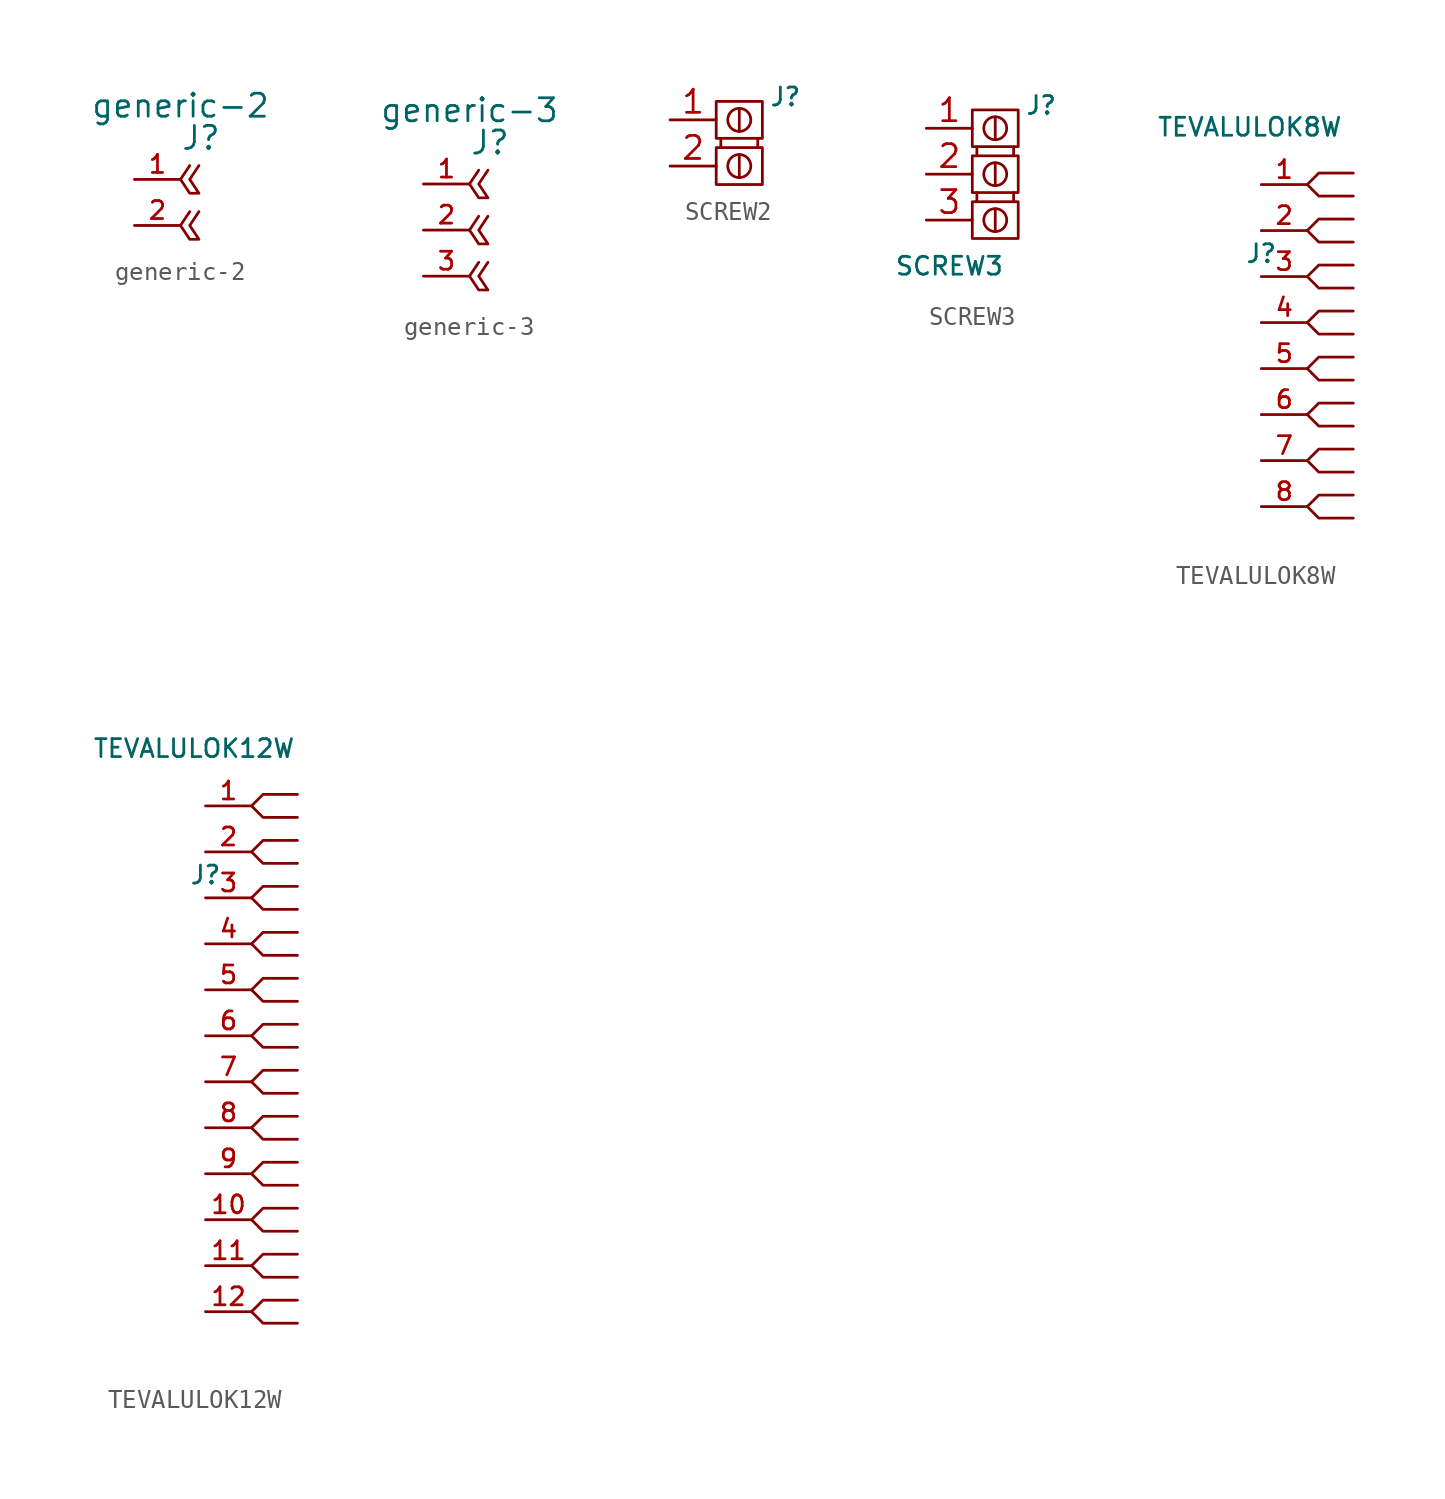
<source format=kicad_sym>
(kicad_symbol_lib
  (version 20211014)
  (generator kicad_symbol_editor)
  (symbol "generic-2"
    (pin_names
      (offset 1.499))
    (property "Reference" "J"
      (at 0 2.286 0)
      (effects (font (size 1.27 1.27)) (justify left)))
    (property "Value" "generic-2"
      (at 0 4.064 0)
      (effects (font (size 1.27 1.27))))
    (symbol "generic-2_0_1"
      (polyline (pts (xy 0.508 -1.778) (xy 0 -2.54) (xy 0.508 -3.302) (xy 1.016 -3.302) (xy 0.508 -2.54) (xy 1.016 -1.778)) (stroke (width 0) (type default) (color 0 0 0 0)) (fill (type none)))
      (polyline (pts (xy 0.508 0.762) (xy 0 0) (xy 0.508 -0.762) (xy 1.016 -0.762) (xy 0.508 0) (xy 1.016 0.762)) (stroke (width 0) (type default) (color 0 0 0 0)) (fill (type none))))
    (symbol "generic-2_1_1"
      (pin passive line (at -2.54 0 0) (length 2.54) (name "~" (effects (font (size 0.991 0.991)))) (number "1" (effects (font (size 0.991 0.991)))))
      (pin passive line (at -2.54 -2.54 0) (length 2.54) (name "~" (effects (font (size 0.991 0.991)))) (number "2" (effects (font (size 0.991 0.991)))))))
  (symbol "generic-3"
    (pin_names
      (offset 1.499))
    (property "Reference" "J"
      (at 0 2.286 0)
      (effects (font (size 1.27 1.27)) (justify left)))
    (property "Value" "generic-3"
      (at 0 4.064 0)
      (effects (font (size 1.27 1.27))))
    (symbol "generic-3_0_1"
      (polyline (pts (xy 0.508 -1.778) (xy 0 -2.54) (xy 0.508 -3.302) (xy 1.016 -3.302) (xy 0.508 -2.54) (xy 1.016 -1.778)) (stroke (width 0) (type default) (color 0 0 0 0)) (fill (type none)))
      (polyline (pts (xy 0.508 0.762) (xy 0 0) (xy 0.508 -0.762) (xy 1.016 -0.762) (xy 0.508 0) (xy 1.016 0.762)) (stroke (width 0) (type default) (color 0 0 0 0)) (fill (type none))))
    (symbol "generic-3_1_1"
      (polyline (pts (xy 0.508 -4.318) (xy 0 -5.08) (xy 0.508 -5.842) (xy 1.016 -5.842) (xy 0.508 -5.08) (xy 1.016 -4.318)) (stroke (width 0) (type default) (color 0 0 0 0)) (fill (type none)))
      (pin passive line (at -2.54 0 0) (length 2.54) (name "~" (effects (font (size 0.991 0.991)))) (number "1" (effects (font (size 0.991 0.991)))))
      (pin passive line (at -2.54 -2.54 0) (length 2.54) (name "~" (effects (font (size 0.991 0.991)))) (number "2" (effects (font (size 0.991 0.991)))))
      (pin passive line (at -2.54 -5.08 0) (length 2.54) (name "~" (effects (font (size 0.991 0.991)))) (number "3" (effects (font (size 0.991 0.991)))))))
  (symbol "SCREW2"
    (pin_names
      (offset 1.016))
    (property "Reference" "J"
      (at 6.35 3.81 0)
      (effects (font (size 0.991 0.991))))
    (symbol "SCREW2_0_1"
      (polyline (pts (xy 2.794 1.524) (xy 2.794 1.016)) (stroke (width 0) (type default) (color 0 0 0 0)) (fill (type none)))
      (polyline (pts (xy 3.81 0.635) (xy 3.81 -0.635)) (stroke (width 0) (type default) (color 0 0 0 0)) (fill (type none)))
      (polyline (pts (xy 3.81 3.175) (xy 3.81 1.905)) (stroke (width 0) (type default) (color 0 0 0 0)) (fill (type none)))
      (polyline (pts (xy 4.826 1.524) (xy 4.826 1.016)) (stroke (width 0) (type default) (color 0 0 0 0)) (fill (type none)))
      (polyline (pts (xy 2.54 0) (xy 2.54 1.016) (xy 5.08 1.016) (xy 5.08 -1.016) (xy 2.54 -1.016) (xy 2.54 0)) (stroke (width 0) (type default) (color 0 0 0 0)) (fill (type none)))
      (polyline (pts (xy 2.54 2.54) (xy 2.54 1.524) (xy 5.08 1.524) (xy 5.08 3.556) (xy 2.54 3.556) (xy 2.54 2.54)) (stroke (width 0) (type default) (color 0 0 0 0)) (fill (type none)))
      (circle (center 3.81 0) (radius 0.635) (stroke (width 0) (type default) (color 0 0 0 0)) (fill (type none)))
      (circle (center 3.81 2.54) (radius 0.635) (stroke (width 0) (type default) (color 0 0 0 0)) (fill (type none))))
    (symbol "SCREW2_1_1"
      (pin passive line (at 0 2.54 0) (length 2.54) (name "~" (effects (font (size 1.27 1.27)))) (number "1" (effects (font (size 1.27 1.27)))))
      (pin passive line (at 0 0 0) (length 2.54) (name "~" (effects (font (size 1.27 1.27)))) (number "2" (effects (font (size 1.27 1.27)))))))
  (symbol "SCREW3"
    (pin_names
      (offset 1.016))
    (property "Reference" "J"
      (at 6.35 3.81 0)
      (effects (font (size 0.991 0.991))))
    (property "Value" "SCREW3"
      (at 1.27 -5.08 0)
      (effects (font (size 0.991 0.991))))
    (symbol "SCREW3_0_1"
      (polyline (pts (xy 2.794 -1.016) (xy 2.794 -1.524)) (stroke (width 0) (type default) (color 0 0 0 0)) (fill (type none)))
      (polyline (pts (xy 2.794 1.524) (xy 2.794 1.016)) (stroke (width 0) (type default) (color 0 0 0 0)) (fill (type none)))
      (polyline (pts (xy 3.81 -3.175) (xy 3.81 -1.905)) (stroke (width 0) (type default) (color 0 0 0 0)) (fill (type none)))
      (polyline (pts (xy 3.81 0.635) (xy 3.81 -0.635)) (stroke (width 0) (type default) (color 0 0 0 0)) (fill (type none)))
      (polyline (pts (xy 3.81 3.175) (xy 3.81 1.905)) (stroke (width 0) (type default) (color 0 0 0 0)) (fill (type none)))
      (polyline (pts (xy 4.826 -1.016) (xy 4.826 -1.524)) (stroke (width 0) (type default) (color 0 0 0 0)) (fill (type none)))
      (polyline (pts (xy 4.826 1.524) (xy 4.826 1.016)) (stroke (width 0) (type default) (color 0 0 0 0)) (fill (type none)))
      (polyline (pts (xy 2.54 -2.54) (xy 2.54 -1.524) (xy 5.08 -1.524) (xy 5.08 -3.556) (xy 2.54 -3.556) (xy 2.54 -2.54)) (stroke (width 0) (type default) (color 0 0 0 0)) (fill (type none)))
      (polyline (pts (xy 2.54 0) (xy 2.54 1.016) (xy 5.08 1.016) (xy 5.08 -1.016) (xy 2.54 -1.016) (xy 2.54 0)) (stroke (width 0) (type default) (color 0 0 0 0)) (fill (type none)))
      (polyline (pts (xy 2.54 2.54) (xy 2.54 1.524) (xy 5.08 1.524) (xy 5.08 3.556) (xy 2.54 3.556) (xy 2.54 2.54)) (stroke (width 0) (type default) (color 0 0 0 0)) (fill (type none)))
      (circle (center 3.81 -2.54) (radius 0.635) (stroke (width 0) (type default) (color 0 0 0 0)) (fill (type none)))
      (circle (center 3.81 0) (radius 0.635) (stroke (width 0) (type default) (color 0 0 0 0)) (fill (type none)))
      (circle (center 3.81 2.54) (radius 0.635) (stroke (width 0) (type default) (color 0 0 0 0)) (fill (type none))))
    (symbol "SCREW3_1_1"
      (pin passive line (at 0 2.54 0) (length 2.54) (name "~" (effects (font (size 1.27 1.27)))) (number "1" (effects (font (size 1.27 1.27)))))
      (pin passive line (at 0 0 0) (length 2.54) (name "~" (effects (font (size 1.27 1.27)))) (number "2" (effects (font (size 1.27 1.27)))))
      (pin passive line (at 0 -2.54 0) (length 2.54) (name "~" (effects (font (size 1.27 1.27)))) (number "3" (effects (font (size 1.27 1.27)))))))
  (symbol "TEVALULOK8W"
    (pin_names
      (offset 1.016))
    (property "Reference" "J"
      (at 0 0 0)
      (effects (font (size 0.991 0.991))))
    (property "Value" "TEVALULOK8W"
      (at -0.635 6.985 0)
      (effects (font (size 0.991 0.991))))
    (symbol "TEVALULOK8W_0_1"
      (polyline (pts (xy 2.54 -13.97) (xy 3.175 -14.605) (xy 5.08 -14.605)) (stroke (width 0) (type default) (color 0 0 0 0)) (fill (type none)))
      (polyline (pts (xy 2.54 -13.97) (xy 3.175 -13.335) (xy 5.08 -13.335)) (stroke (width 0) (type default) (color 0 0 0 0)) (fill (type none)))
      (polyline (pts (xy 2.54 -11.43) (xy 3.175 -12.065) (xy 5.08 -12.065)) (stroke (width 0) (type default) (color 0 0 0 0)) (fill (type none)))
      (polyline (pts (xy 2.54 -11.43) (xy 3.175 -10.795) (xy 5.08 -10.795)) (stroke (width 0) (type default) (color 0 0 0 0)) (fill (type none)))
      (polyline (pts (xy 2.54 -8.89) (xy 3.175 -9.525) (xy 5.08 -9.525)) (stroke (width 0) (type default) (color 0 0 0 0)) (fill (type none)))
      (polyline (pts (xy 2.54 -8.89) (xy 3.175 -8.255) (xy 5.08 -8.255)) (stroke (width 0) (type default) (color 0 0 0 0)) (fill (type none)))
      (polyline (pts (xy 2.54 -6.35) (xy 3.175 -6.985) (xy 5.08 -6.985)) (stroke (width 0) (type default) (color 0 0 0 0)) (fill (type none)))
      (polyline (pts (xy 2.54 -6.35) (xy 3.175 -5.715) (xy 5.08 -5.715)) (stroke (width 0) (type default) (color 0 0 0 0)) (fill (type none)))
      (polyline (pts (xy 2.54 -3.81) (xy 3.175 -4.445) (xy 5.08 -4.445)) (stroke (width 0) (type default) (color 0 0 0 0)) (fill (type none)))
      (polyline (pts (xy 2.54 -3.81) (xy 3.175 -3.175) (xy 5.08 -3.175)) (stroke (width 0) (type default) (color 0 0 0 0)) (fill (type none)))
      (polyline (pts (xy 2.54 -1.27) (xy 3.175 -1.905) (xy 5.08 -1.905)) (stroke (width 0) (type default) (color 0 0 0 0)) (fill (type none)))
      (polyline (pts (xy 2.54 -1.27) (xy 3.175 -0.635) (xy 5.08 -0.635)) (stroke (width 0) (type default) (color 0 0 0 0)) (fill (type none)))
      (polyline (pts (xy 2.54 1.27) (xy 3.175 0.635) (xy 5.08 0.635)) (stroke (width 0) (type default) (color 0 0 0 0)) (fill (type none)))
      (polyline (pts (xy 2.54 1.27) (xy 3.175 1.905) (xy 5.08 1.905)) (stroke (width 0) (type default) (color 0 0 0 0)) (fill (type none)))
      (polyline (pts (xy 2.54 3.81) (xy 3.175 3.175) (xy 5.08 3.175)) (stroke (width 0) (type default) (color 0 0 0 0)) (fill (type none)))
      (polyline (pts (xy 2.54 3.81) (xy 3.175 4.445) (xy 5.08 4.445)) (stroke (width 0) (type default) (color 0 0 0 0)) (fill (type none))))
    (symbol "TEVALULOK8W_1_1"
      (pin passive line (at 0 3.81 0) (length 2.54) (name "~" (effects (font (size 0.991 0.991)))) (number "1" (effects (font (size 0.991 0.991)))))
      (pin passive line (at 0 1.27 0) (length 2.54) (name "~" (effects (font (size 0.991 0.991)))) (number "2" (effects (font (size 0.991 0.991)))))
      (pin passive line (at 0 -1.27 0) (length 2.54) (name "~" (effects (font (size 0.991 0.991)))) (number "3" (effects (font (size 0.991 0.991)))))
      (pin passive line (at 0 -3.81 0) (length 2.54) (name "~" (effects (font (size 0.991 0.991)))) (number "4" (effects (font (size 0.991 0.991)))))
      (pin passive line (at 0 -6.35 0) (length 2.54) (name "~" (effects (font (size 0.991 0.991)))) (number "5" (effects (font (size 0.991 0.991)))))
      (pin passive line (at 0 -8.89 0) (length 2.54) (name "~" (effects (font (size 0.991 0.991)))) (number "6" (effects (font (size 0.991 0.991)))))
      (pin passive line (at 0 -11.43 0) (length 2.54) (name "~" (effects (font (size 0.991 0.991)))) (number "7" (effects (font (size 0.991 0.991)))))
      (pin passive line (at 0 -13.97 0) (length 2.54) (name "~" (effects (font (size 0.991 0.991)))) (number "8" (effects (font (size 0.991 0.991)))))))
  (symbol "TEVALULOK12W"
    (pin_names
      (offset 1.016))
    (property "Reference" "J"
      (at 0 0 0)
      (effects (font (size 0.991 0.991))))
    (property "Value" "TEVALULOK12W"
      (at -0.635 6.985 0)
      (effects (font (size 0.991 0.991))))
    (symbol "TEVALULOK12W_0_1"
      (polyline (pts (xy 2.54 -13.97) (xy 3.175 -14.605) (xy 5.08 -14.605)) (stroke (width 0) (type default) (color 0 0 0 0)) (fill (type none)))
      (polyline (pts (xy 2.54 -13.97) (xy 3.175 -13.335) (xy 5.08 -13.335)) (stroke (width 0) (type default) (color 0 0 0 0)) (fill (type none)))
      (polyline (pts (xy 2.54 -11.43) (xy 3.175 -12.065) (xy 5.08 -12.065)) (stroke (width 0) (type default) (color 0 0 0 0)) (fill (type none)))
      (polyline (pts (xy 2.54 -11.43) (xy 3.175 -10.795) (xy 5.08 -10.795)) (stroke (width 0) (type default) (color 0 0 0 0)) (fill (type none)))
      (polyline (pts (xy 2.54 -8.89) (xy 3.175 -9.525) (xy 5.08 -9.525)) (stroke (width 0) (type default) (color 0 0 0 0)) (fill (type none)))
      (polyline (pts (xy 2.54 -8.89) (xy 3.175 -8.255) (xy 5.08 -8.255)) (stroke (width 0) (type default) (color 0 0 0 0)) (fill (type none)))
      (polyline (pts (xy 2.54 -6.35) (xy 3.175 -6.985) (xy 5.08 -6.985)) (stroke (width 0) (type default) (color 0 0 0 0)) (fill (type none)))
      (polyline (pts (xy 2.54 -6.35) (xy 3.175 -5.715) (xy 5.08 -5.715)) (stroke (width 0) (type default) (color 0 0 0 0)) (fill (type none)))
      (polyline (pts (xy 2.54 -3.81) (xy 3.175 -4.445) (xy 5.08 -4.445)) (stroke (width 0) (type default) (color 0 0 0 0)) (fill (type none)))
      (polyline (pts (xy 2.54 -3.81) (xy 3.175 -3.175) (xy 5.08 -3.175)) (stroke (width 0) (type default) (color 0 0 0 0)) (fill (type none)))
      (polyline (pts (xy 2.54 -1.27) (xy 3.175 -1.905) (xy 5.08 -1.905)) (stroke (width 0) (type default) (color 0 0 0 0)) (fill (type none)))
      (polyline (pts (xy 2.54 -1.27) (xy 3.175 -0.635) (xy 5.08 -0.635)) (stroke (width 0) (type default) (color 0 0 0 0)) (fill (type none)))
      (polyline (pts (xy 2.54 1.27) (xy 3.175 0.635) (xy 5.08 0.635)) (stroke (width 0) (type default) (color 0 0 0 0)) (fill (type none)))
      (polyline (pts (xy 2.54 1.27) (xy 3.175 1.905) (xy 5.08 1.905)) (stroke (width 0) (type default) (color 0 0 0 0)) (fill (type none)))
      (polyline (pts (xy 2.54 3.81) (xy 3.175 3.175) (xy 5.08 3.175)) (stroke (width 0) (type default) (color 0 0 0 0)) (fill (type none)))
      (polyline (pts (xy 2.54 3.81) (xy 3.175 4.445) (xy 5.08 4.445)) (stroke (width 0) (type default) (color 0 0 0 0)) (fill (type none)))
      (polyline (pts (xy 5.08 -23.495) (xy 3.175 -23.495) (xy 2.54 -24.13) (xy 3.175 -24.765) (xy 5.08 -24.765)) (stroke (width 0) (type default) (color 0 0 0 0)) (fill (type none)))
      (polyline (pts (xy 5.08 -20.955) (xy 3.175 -20.955) (xy 2.54 -21.59) (xy 3.175 -22.225) (xy 5.08 -22.225)) (stroke (width 0) (type default) (color 0 0 0 0)) (fill (type none)))
      (polyline (pts (xy 5.08 -17.145) (xy 3.175 -17.145) (xy 2.54 -16.51) (xy 3.175 -15.875) (xy 5.08 -15.875)) (stroke (width 0) (type default) (color 0 0 0 0)) (fill (type none)))
      (polyline (pts (xy 5.08 -19.685) (xy 3.81 -19.685) (xy 3.175 -19.685) (xy 2.54 -19.05) (xy 3.175 -18.415) (xy 5.08 -18.415)) (stroke (width 0) (type default) (color 0 0 0 0)) (fill (type none))))
    (symbol "TEVALULOK12W_1_1"
      (pin passive line (at 0 3.81 0) (length 2.54) (name "~" (effects (font (size 0.991 0.991)))) (number "1" (effects (font (size 0.991 0.991)))))
      (pin input line (at 0 -19.05 0) (length 2.54) (name "~" (effects (font (size 0.991 0.991)))) (number "10" (effects (font (size 0.991 0.991)))))
      (pin input line (at 0 -21.59 0) (length 2.54) (name "~" (effects (font (size 0.991 0.991)))) (number "11" (effects (font (size 0.991 0.991)))))
      (pin input line (at 0 -24.13 0) (length 2.54) (name "~" (effects (font (size 0.991 0.991)))) (number "12" (effects (font (size 0.991 0.991)))))
      (pin passive line (at 0 1.27 0) (length 2.54) (name "~" (effects (font (size 0.991 0.991)))) (number "2" (effects (font (size 0.991 0.991)))))
      (pin passive line (at 0 -1.27 0) (length 2.54) (name "~" (effects (font (size 0.991 0.991)))) (number "3" (effects (font (size 0.991 0.991)))))
      (pin passive line (at 0 -3.81 0) (length 2.54) (name "~" (effects (font (size 0.991 0.991)))) (number "4" (effects (font (size 0.991 0.991)))))
      (pin passive line (at 0 -6.35 0) (length 2.54) (name "~" (effects (font (size 0.991 0.991)))) (number "5" (effects (font (size 0.991 0.991)))))
      (pin passive line (at 0 -8.89 0) (length 2.54) (name "~" (effects (font (size 0.991 0.991)))) (number "6" (effects (font (size 0.991 0.991)))))
      (pin passive line (at 0 -11.43 0) (length 2.54) (name "~" (effects (font (size 0.991 0.991)))) (number "7" (effects (font (size 0.991 0.991)))))
      (pin passive line (at 0 -13.97 0) (length 2.54) (name "~" (effects (font (size 0.991 0.991)))) (number "8" (effects (font (size 0.991 0.991)))))
      (pin input line (at 0 -16.51 0) (length 2.54) (name "~" (effects (font (size 0.991 0.991)))) (number "9" (effects (font (size 0.991 0.991))))))))
</source>
